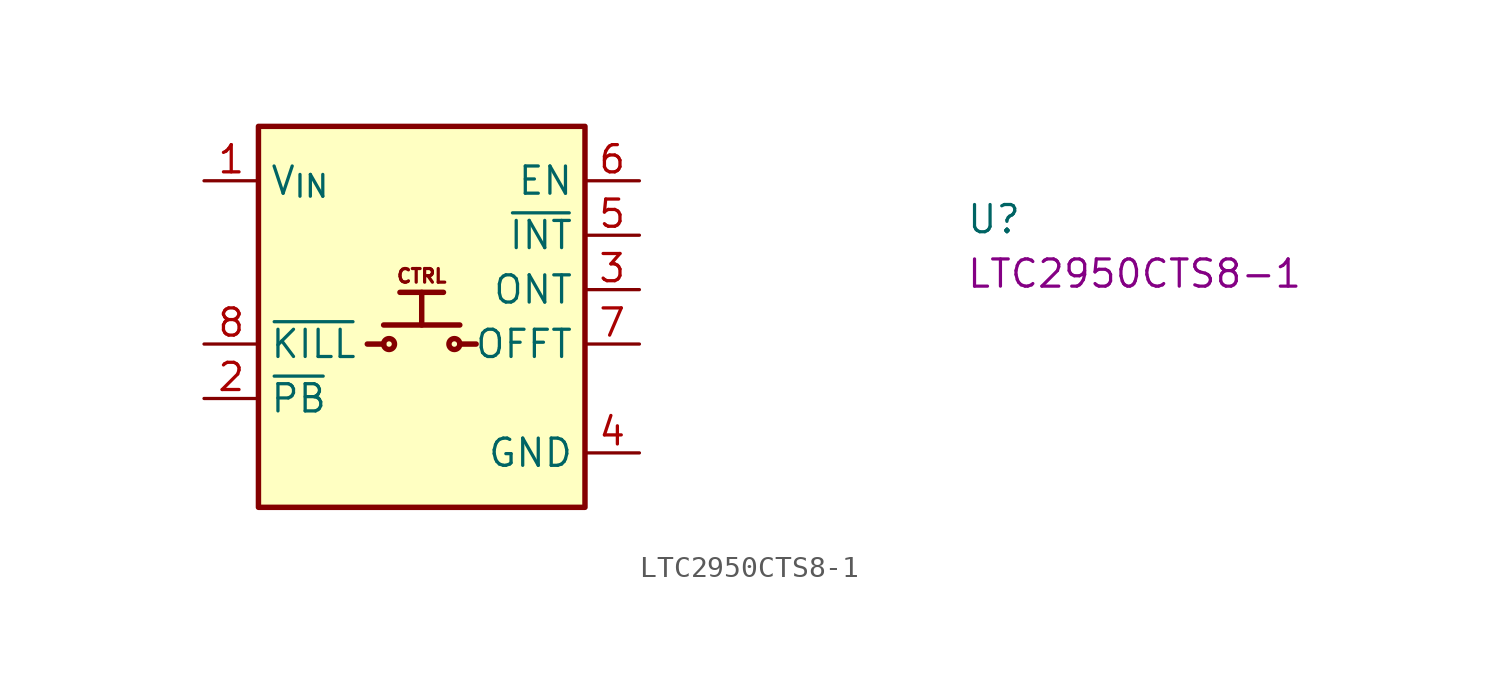
<source format=kicad_sym>
(kicad_symbol_lib
  (version 20220914)
  (generator kicad_symbol_editor)
  (symbol "LTC2950CTS8-1"
    (property "Reference" "U"
      (at 35.56 -2.54 0)
      (effects (font (size 1.27 1.27) (thickness 0.15)) (justify left bottom)))
    (property "MPN" "LTC2950CTS8-1"
      (at 35.56 -5.08 0)
      (effects (font (size 1.27 1.27) (thickness 0.15)) (justify left bottom)))
    (symbol "LTC2950CTS8-1_1_1"
      (polyline (pts (xy 7.62 -7.62) (xy 8.382 -7.62)) (stroke (width 0.254) (type default)) (fill (type background)))
      (polyline (pts (xy 8.382 -6.731) (xy 11.938 -6.731)) (stroke (width 0.254) (type default)) (fill (type background)))
      (polyline (pts (xy 9.144 -5.207) (xy 11.176 -5.207)) (stroke (width 0.254) (type default)) (fill (type background)))
      (polyline (pts (xy 10.16 -6.731) (xy 10.16 -5.207)) (stroke (width 0.254) (type default)) (fill (type background)))
      (polyline (pts (xy 12.7 -7.62) (xy 11.938 -7.62)) (stroke (width 0.254) (type default)) (fill (type background)))
      (rectangle (start 2.54 2.54) (end 17.78 -15.24) (stroke (width 0.254) (type default)) (fill (type background)))
      (circle (center 8.636 -7.62) (radius 0.254) (stroke (width 0.254) (type default)) (fill (type background)))
      (circle (center 11.684 -7.62) (radius 0.254) (stroke (width 0.254) (type default)) (fill (type background)))
      (text "CTRL" (at 10.16 -4.445 0) (effects (font (size 0.635 0.635) (thickness 0.15))))
      (pin power_in line (at 0 0 0) (length 2.54) (name "V_{IN}" (effects (font (size 1.27 1.27)))) (number "1" (effects (font (size 1.27 1.27)))))
      (pin input line (at 0 -10.16 0) (length 2.54) (name "~{PB}" (effects (font (size 1.27 1.27)))) (number "2" (effects (font (size 1.27 1.27)))))
      (pin passive line (at 20.32 -5.08 180) (length 2.54) (name "ONT" (effects (font (size 1.27 1.27)))) (number "3" (effects (font (size 1.27 1.27)))))
      (pin power_in line (at 20.32 -12.7 180) (length 2.54) (name "GND" (effects (font (size 1.27 1.27)))) (number "4" (effects (font (size 1.27 1.27)))))
      (pin output line (at 20.32 -2.54 180) (length 2.54) (name "~{INT}" (effects (font (size 1.27 1.27)))) (number "5" (effects (font (size 1.27 1.27)))))
      (pin output line (at 20.32 0 180) (length 2.54) (name "EN" (effects (font (size 1.27 1.27)))) (number "6" (effects (font (size 1.27 1.27)))))
      (pin passive line (at 20.32 -7.62 180) (length 2.54) (name "OFFT" (effects (font (size 1.27 1.27)))) (number "7" (effects (font (size 1.27 1.27)))))
      (pin input line (at 0 -7.62 0) (length 2.54) (name "~{KILL}" (effects (font (size 1.27 1.27)))) (number "8" (effects (font (size 1.27 1.27))))))))
</source>
